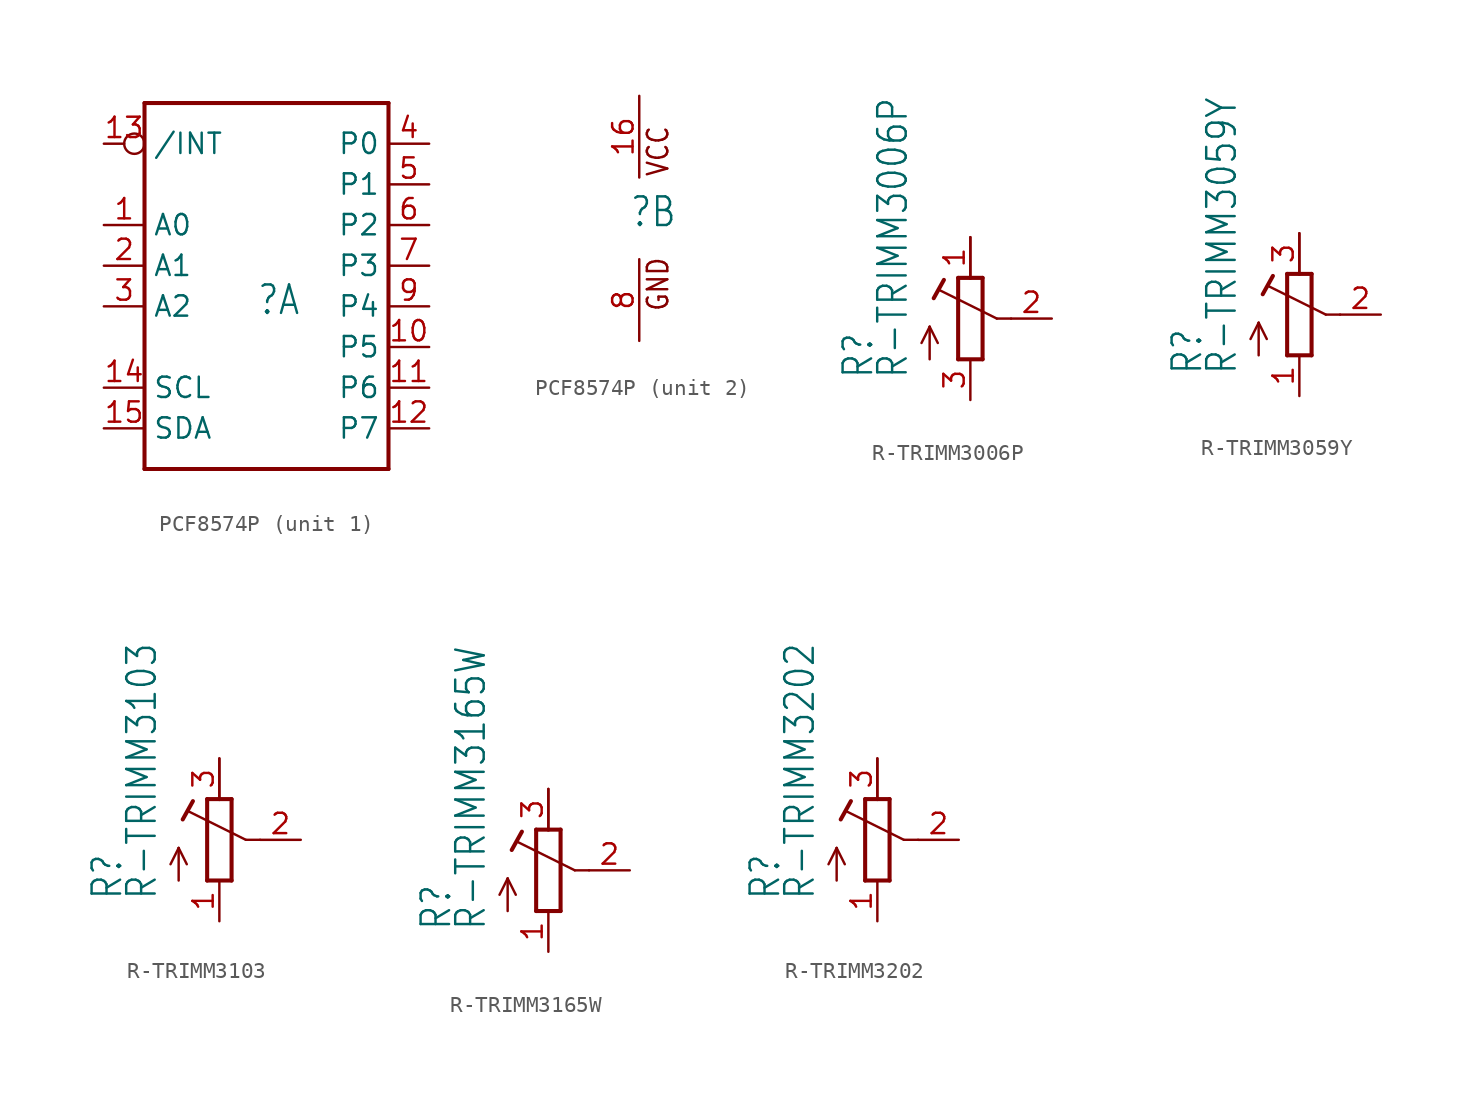
<source format=kicad_sym>
(kicad_symbol_lib
  (version 20220331)
  (generator kicad_symbol_editor)
  (symbol "PCF8574P"
    (property "Reference" ""
      (at -0.635 -0.635 0)
      (effects (font (size 1.778 1.511)) (justify left bottom)))
    (property "ki_locked" ""
      (at 0 0 0)
      (effects (font (size 1.27 1.27))))
    (symbol "PCF8574P_1_0"
      (polyline (pts (xy -7.62 -10.16) (xy 7.62 -10.16)) (stroke (width 0.254) (type solid)) (fill (type none)))
      (polyline (pts (xy -7.62 12.7) (xy -7.62 -10.16)) (stroke (width 0.254) (type solid)) (fill (type none)))
      (polyline (pts (xy 7.62 -10.16) (xy 7.62 12.7)) (stroke (width 0.254) (type solid)) (fill (type none)))
      (polyline (pts (xy 7.62 12.7) (xy -7.62 12.7)) (stroke (width 0.254) (type solid)) (fill (type none)))
      (pin input line (at -10.16 5.08 0) (length 2.54) (name "A0" (effects (font (size 1.27 1.27)))) (number "1" (effects (font (size 1.27 1.27)))))
      (pin bidirectional line (at 10.16 -2.54 180) (length 2.54) (name "P5" (effects (font (size 1.27 1.27)))) (number "10" (effects (font (size 1.27 1.27)))))
      (pin bidirectional line (at 10.16 -5.08 180) (length 2.54) (name "P6" (effects (font (size 1.27 1.27)))) (number "11" (effects (font (size 1.27 1.27)))))
      (pin bidirectional line (at 10.16 -7.62 180) (length 2.54) (name "P7" (effects (font (size 1.27 1.27)))) (number "12" (effects (font (size 1.27 1.27)))))
      (pin output inverted (at -10.16 10.16 0) (length 2.54) (name "/INT" (effects (font (size 1.27 1.27)))) (number "13" (effects (font (size 1.27 1.27)))))
      (pin input line (at -10.16 -5.08 0) (length 2.54) (name "SCL" (effects (font (size 1.27 1.27)))) (number "14" (effects (font (size 1.27 1.27)))))
      (pin bidirectional line (at -10.16 -7.62 0) (length 2.54) (name "SDA" (effects (font (size 1.27 1.27)))) (number "15" (effects (font (size 1.27 1.27)))))
      (pin input line (at -10.16 2.54 0) (length 2.54) (name "A1" (effects (font (size 1.27 1.27)))) (number "2" (effects (font (size 1.27 1.27)))))
      (pin input line (at -10.16 0 0) (length 2.54) (name "A2" (effects (font (size 1.27 1.27)))) (number "3" (effects (font (size 1.27 1.27)))))
      (pin bidirectional line (at 10.16 10.16 180) (length 2.54) (name "P0" (effects (font (size 1.27 1.27)))) (number "4" (effects (font (size 1.27 1.27)))))
      (pin bidirectional line (at 10.16 7.62 180) (length 2.54) (name "P1" (effects (font (size 1.27 1.27)))) (number "5" (effects (font (size 1.27 1.27)))))
      (pin bidirectional line (at 10.16 5.08 180) (length 2.54) (name "P2" (effects (font (size 1.27 1.27)))) (number "6" (effects (font (size 1.27 1.27)))))
      (pin bidirectional line (at 10.16 2.54 180) (length 2.54) (name "P3" (effects (font (size 1.27 1.27)))) (number "7" (effects (font (size 1.27 1.27)))))
      (pin bidirectional line (at 10.16 0 180) (length 2.54) (name "P4" (effects (font (size 1.27 1.27)))) (number "9" (effects (font (size 1.27 1.27))))))
    (symbol "PCF8574P_2_0"
      (text "GND" (at 1.905 -5.842 900) (effects (font (size 1.27 1.079)) (justify left bottom)))
      (text "VCC" (at 1.905 2.54 900) (effects (font (size 1.27 1.079)) (justify left bottom)))
      (pin power_in line (at 0 7.62 270) (length 5.08) (name "VCC" (effects (font (size 0 0)))) (number "16" (effects (font (size 1.27 1.27)))))
      (pin power_in line (at 0 -7.62 90) (length 5.08) (name "GND" (effects (font (size 0 0)))) (number "8" (effects (font (size 1.27 1.27)))))))
  (symbol "R-TRIMM3006P"
    (property "Reference" "R"
      (at -5.969 -3.81 90)
      (effects (font (size 1.778 1.511)) (justify left bottom)))
    (property "Value" "R-TRIMM3006P"
      (at -3.81 -3.81 90)
      (effects (font (size 1.778 1.511)) (justify left bottom)))
    (property "ki_locked" ""
      (at 0 0 0)
      (effects (font (size 1.27 1.27))))
    (symbol "R-TRIMM3006P_1_0"
      (polyline (pts (xy -2.54 -2.54) (xy -2.54 -0.508)) (stroke (width 0.152) (type solid)) (fill (type none)))
      (polyline (pts (xy -2.54 -0.508) (xy -3.048 -1.524)) (stroke (width 0.152) (type solid)) (fill (type none)))
      (polyline (pts (xy -2.54 -0.508) (xy -2.032 -1.524)) (stroke (width 0.152) (type solid)) (fill (type none)))
      (polyline (pts (xy -2.286 1.27) (xy -1.651 2.413)) (stroke (width 0.254) (type solid)) (fill (type none)))
      (polyline (pts (xy -0.762 -2.54) (xy 0.762 -2.54)) (stroke (width 0.254) (type solid)) (fill (type none)))
      (polyline (pts (xy -0.762 2.54) (xy -0.762 -2.54)) (stroke (width 0.254) (type solid)) (fill (type none)))
      (polyline (pts (xy 0 2.54) (xy -0.762 2.54)) (stroke (width 0.254) (type solid)) (fill (type none)))
      (polyline (pts (xy 0 2.54) (xy 0 5.08)) (stroke (width 0.152) (type solid)) (fill (type none)))
      (polyline (pts (xy 0.762 -2.54) (xy 0.762 2.54)) (stroke (width 0.254) (type solid)) (fill (type none)))
      (polyline (pts (xy 0.762 2.54) (xy 0 2.54)) (stroke (width 0.254) (type solid)) (fill (type none)))
      (polyline (pts (xy 1.651 0) (xy -1.88 1.753)) (stroke (width 0.152) (type solid)) (fill (type none)))
      (polyline (pts (xy 2.54 0) (xy 1.651 0)) (stroke (width 0.152) (type solid)) (fill (type none)))
      (pin passive line (at 0 5.08 270) (length 2.54) (name "A" (effects (font (size 0 0)))) (number "1" (effects (font (size 1.27 1.27)))))
      (pin passive line (at 5.08 0 180) (length 2.54) (name "S" (effects (font (size 0 0)))) (number "2" (effects (font (size 1.27 1.27)))))
      (pin passive line (at 0 -5.08 90) (length 2.54) (name "E" (effects (font (size 0 0)))) (number "3" (effects (font (size 1.27 1.27)))))))
  (symbol "R-TRIMM3059Y"
    (property "Reference" "R"
      (at -5.969 -3.81 90)
      (effects (font (size 1.778 1.511)) (justify left bottom)))
    (property "Value" "R-TRIMM3059Y"
      (at -3.81 -3.81 90)
      (effects (font (size 1.778 1.511)) (justify left bottom)))
    (property "ki_locked" ""
      (at 0 0 0)
      (effects (font (size 1.27 1.27))))
    (symbol "R-TRIMM3059Y_1_0"
      (polyline (pts (xy -2.54 -2.54) (xy -2.54 -0.508)) (stroke (width 0.152) (type solid)) (fill (type none)))
      (polyline (pts (xy -2.54 -0.508) (xy -3.048 -1.524)) (stroke (width 0.152) (type solid)) (fill (type none)))
      (polyline (pts (xy -2.54 -0.508) (xy -2.032 -1.524)) (stroke (width 0.152) (type solid)) (fill (type none)))
      (polyline (pts (xy -2.286 1.27) (xy -1.651 2.413)) (stroke (width 0.254) (type solid)) (fill (type none)))
      (polyline (pts (xy -0.762 -2.54) (xy 0.762 -2.54)) (stroke (width 0.254) (type solid)) (fill (type none)))
      (polyline (pts (xy -0.762 2.54) (xy -0.762 -2.54)) (stroke (width 0.254) (type solid)) (fill (type none)))
      (polyline (pts (xy 0 2.54) (xy -0.762 2.54)) (stroke (width 0.254) (type solid)) (fill (type none)))
      (polyline (pts (xy 0 2.54) (xy 0 5.08)) (stroke (width 0.152) (type solid)) (fill (type none)))
      (polyline (pts (xy 0.762 -2.54) (xy 0.762 2.54)) (stroke (width 0.254) (type solid)) (fill (type none)))
      (polyline (pts (xy 0.762 2.54) (xy 0 2.54)) (stroke (width 0.254) (type solid)) (fill (type none)))
      (polyline (pts (xy 1.651 0) (xy -1.88 1.753)) (stroke (width 0.152) (type solid)) (fill (type none)))
      (polyline (pts (xy 2.54 0) (xy 1.651 0)) (stroke (width 0.152) (type solid)) (fill (type none)))
      (pin passive line (at 0 -5.08 90) (length 2.54) (name "E" (effects (font (size 0 0)))) (number "1" (effects (font (size 1.27 1.27)))))
      (pin passive line (at 5.08 0 180) (length 2.54) (name "S" (effects (font (size 0 0)))) (number "2" (effects (font (size 1.27 1.27)))))
      (pin passive line (at 0 5.08 270) (length 2.54) (name "A" (effects (font (size 0 0)))) (number "3" (effects (font (size 1.27 1.27)))))))
  (symbol "R-TRIMM3103"
    (property "Reference" "R"
      (at -5.969 -3.81 90)
      (effects (font (size 1.778 1.511)) (justify left bottom)))
    (property "Value" "R-TRIMM3103"
      (at -3.81 -3.81 90)
      (effects (font (size 1.778 1.511)) (justify left bottom)))
    (property "ki_locked" ""
      (at 0 0 0)
      (effects (font (size 1.27 1.27))))
    (symbol "R-TRIMM3103_1_0"
      (polyline (pts (xy -2.54 -2.54) (xy -2.54 -0.508)) (stroke (width 0.152) (type solid)) (fill (type none)))
      (polyline (pts (xy -2.54 -0.508) (xy -3.048 -1.524)) (stroke (width 0.152) (type solid)) (fill (type none)))
      (polyline (pts (xy -2.54 -0.508) (xy -2.032 -1.524)) (stroke (width 0.152) (type solid)) (fill (type none)))
      (polyline (pts (xy -2.286 1.27) (xy -1.651 2.413)) (stroke (width 0.254) (type solid)) (fill (type none)))
      (polyline (pts (xy -0.762 -2.54) (xy 0.762 -2.54)) (stroke (width 0.254) (type solid)) (fill (type none)))
      (polyline (pts (xy -0.762 2.54) (xy -0.762 -2.54)) (stroke (width 0.254) (type solid)) (fill (type none)))
      (polyline (pts (xy 0 2.54) (xy -0.762 2.54)) (stroke (width 0.254) (type solid)) (fill (type none)))
      (polyline (pts (xy 0 2.54) (xy 0 5.08)) (stroke (width 0.152) (type solid)) (fill (type none)))
      (polyline (pts (xy 0.762 -2.54) (xy 0.762 2.54)) (stroke (width 0.254) (type solid)) (fill (type none)))
      (polyline (pts (xy 0.762 2.54) (xy 0 2.54)) (stroke (width 0.254) (type solid)) (fill (type none)))
      (polyline (pts (xy 1.651 0) (xy -1.88 1.753)) (stroke (width 0.152) (type solid)) (fill (type none)))
      (polyline (pts (xy 2.54 0) (xy 1.651 0)) (stroke (width 0.152) (type solid)) (fill (type none)))
      (pin passive line (at 0 -5.08 90) (length 2.54) (name "E" (effects (font (size 0 0)))) (number "1" (effects (font (size 1.27 1.27)))))
      (pin passive line (at 5.08 0 180) (length 2.54) (name "S" (effects (font (size 0 0)))) (number "2" (effects (font (size 1.27 1.27)))))
      (pin passive line (at 0 5.08 270) (length 2.54) (name "A" (effects (font (size 0 0)))) (number "3" (effects (font (size 1.27 1.27)))))))
  (symbol "R-TRIMM3165W"
    (property "Reference" "R"
      (at -5.969 -3.81 90)
      (effects (font (size 1.778 1.511)) (justify left bottom)))
    (property "Value" "R-TRIMM3165W"
      (at -3.81 -3.81 90)
      (effects (font (size 1.778 1.511)) (justify left bottom)))
    (property "ki_locked" ""
      (at 0 0 0)
      (effects (font (size 1.27 1.27))))
    (symbol "R-TRIMM3165W_1_0"
      (polyline (pts (xy -2.54 -2.54) (xy -2.54 -0.508)) (stroke (width 0.152) (type solid)) (fill (type none)))
      (polyline (pts (xy -2.54 -0.508) (xy -3.048 -1.524)) (stroke (width 0.152) (type solid)) (fill (type none)))
      (polyline (pts (xy -2.54 -0.508) (xy -2.032 -1.524)) (stroke (width 0.152) (type solid)) (fill (type none)))
      (polyline (pts (xy -2.286 1.27) (xy -1.651 2.413)) (stroke (width 0.254) (type solid)) (fill (type none)))
      (polyline (pts (xy -0.762 -2.54) (xy 0.762 -2.54)) (stroke (width 0.254) (type solid)) (fill (type none)))
      (polyline (pts (xy -0.762 2.54) (xy -0.762 -2.54)) (stroke (width 0.254) (type solid)) (fill (type none)))
      (polyline (pts (xy 0 2.54) (xy -0.762 2.54)) (stroke (width 0.254) (type solid)) (fill (type none)))
      (polyline (pts (xy 0 2.54) (xy 0 5.08)) (stroke (width 0.152) (type solid)) (fill (type none)))
      (polyline (pts (xy 0.762 -2.54) (xy 0.762 2.54)) (stroke (width 0.254) (type solid)) (fill (type none)))
      (polyline (pts (xy 0.762 2.54) (xy 0 2.54)) (stroke (width 0.254) (type solid)) (fill (type none)))
      (polyline (pts (xy 1.651 0) (xy -1.88 1.753)) (stroke (width 0.152) (type solid)) (fill (type none)))
      (polyline (pts (xy 2.54 0) (xy 1.651 0)) (stroke (width 0.152) (type solid)) (fill (type none)))
      (pin passive line (at 0 -5.08 90) (length 2.54) (name "E" (effects (font (size 0 0)))) (number "1" (effects (font (size 1.27 1.27)))))
      (pin passive line (at 5.08 0 180) (length 2.54) (name "S" (effects (font (size 0 0)))) (number "2" (effects (font (size 1.27 1.27)))))
      (pin passive line (at 0 5.08 270) (length 2.54) (name "A" (effects (font (size 0 0)))) (number "3" (effects (font (size 1.27 1.27)))))))
  (symbol "R-TRIMM3202"
    (property "Reference" "R"
      (at -5.969 -3.81 90)
      (effects (font (size 1.778 1.511)) (justify left bottom)))
    (property "Value" "R-TRIMM3202"
      (at -3.81 -3.81 90)
      (effects (font (size 1.778 1.511)) (justify left bottom)))
    (property "ki_locked" ""
      (at 0 0 0)
      (effects (font (size 1.27 1.27))))
    (symbol "R-TRIMM3202_1_0"
      (polyline (pts (xy -2.54 -2.54) (xy -2.54 -0.508)) (stroke (width 0.152) (type solid)) (fill (type none)))
      (polyline (pts (xy -2.54 -0.508) (xy -3.048 -1.524)) (stroke (width 0.152) (type solid)) (fill (type none)))
      (polyline (pts (xy -2.54 -0.508) (xy -2.032 -1.524)) (stroke (width 0.152) (type solid)) (fill (type none)))
      (polyline (pts (xy -2.286 1.27) (xy -1.651 2.413)) (stroke (width 0.254) (type solid)) (fill (type none)))
      (polyline (pts (xy -0.762 -2.54) (xy 0.762 -2.54)) (stroke (width 0.254) (type solid)) (fill (type none)))
      (polyline (pts (xy -0.762 2.54) (xy -0.762 -2.54)) (stroke (width 0.254) (type solid)) (fill (type none)))
      (polyline (pts (xy 0 2.54) (xy -0.762 2.54)) (stroke (width 0.254) (type solid)) (fill (type none)))
      (polyline (pts (xy 0 2.54) (xy 0 5.08)) (stroke (width 0.152) (type solid)) (fill (type none)))
      (polyline (pts (xy 0.762 -2.54) (xy 0.762 2.54)) (stroke (width 0.254) (type solid)) (fill (type none)))
      (polyline (pts (xy 0.762 2.54) (xy 0 2.54)) (stroke (width 0.254) (type solid)) (fill (type none)))
      (polyline (pts (xy 1.651 0) (xy -1.88 1.753)) (stroke (width 0.152) (type solid)) (fill (type none)))
      (polyline (pts (xy 2.54 0) (xy 1.651 0)) (stroke (width 0.152) (type solid)) (fill (type none)))
      (pin passive line (at 0 -5.08 90) (length 2.54) (name "E" (effects (font (size 0 0)))) (number "1" (effects (font (size 1.27 1.27)))))
      (pin passive line (at 5.08 0 180) (length 2.54) (name "S" (effects (font (size 0 0)))) (number "2" (effects (font (size 1.27 1.27)))))
      (pin passive line (at 0 5.08 270) (length 2.54) (name "A" (effects (font (size 0 0)))) (number "3" (effects (font (size 1.27 1.27))))))))
</source>
